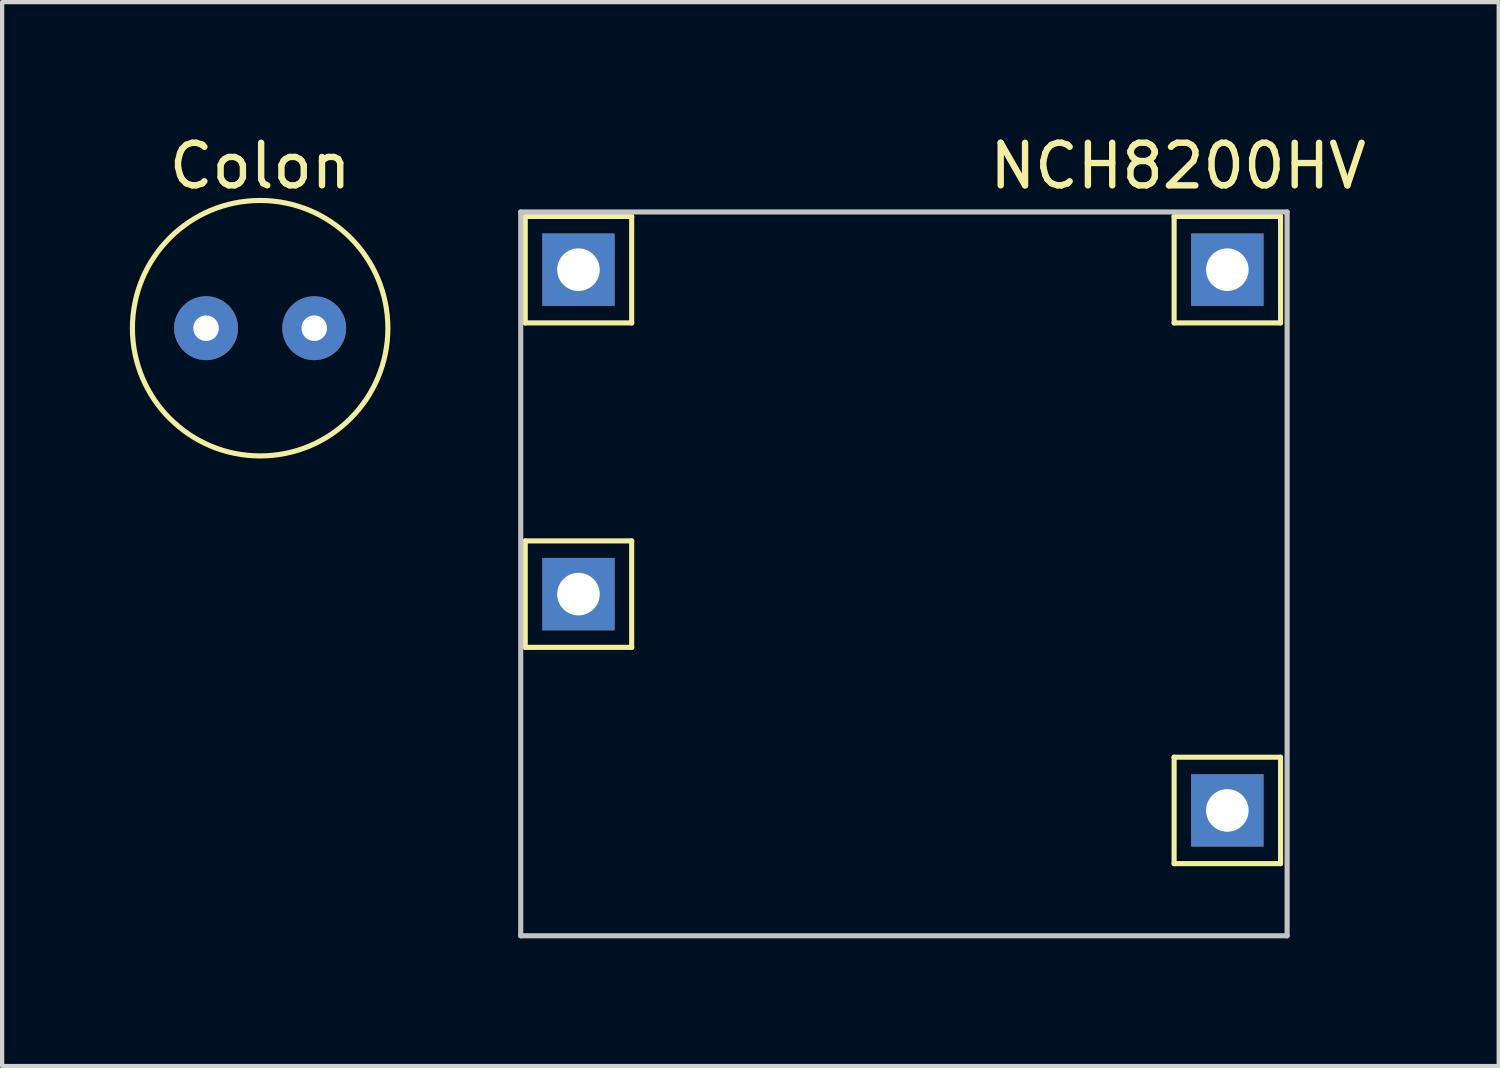
<source format=kicad_pcb>
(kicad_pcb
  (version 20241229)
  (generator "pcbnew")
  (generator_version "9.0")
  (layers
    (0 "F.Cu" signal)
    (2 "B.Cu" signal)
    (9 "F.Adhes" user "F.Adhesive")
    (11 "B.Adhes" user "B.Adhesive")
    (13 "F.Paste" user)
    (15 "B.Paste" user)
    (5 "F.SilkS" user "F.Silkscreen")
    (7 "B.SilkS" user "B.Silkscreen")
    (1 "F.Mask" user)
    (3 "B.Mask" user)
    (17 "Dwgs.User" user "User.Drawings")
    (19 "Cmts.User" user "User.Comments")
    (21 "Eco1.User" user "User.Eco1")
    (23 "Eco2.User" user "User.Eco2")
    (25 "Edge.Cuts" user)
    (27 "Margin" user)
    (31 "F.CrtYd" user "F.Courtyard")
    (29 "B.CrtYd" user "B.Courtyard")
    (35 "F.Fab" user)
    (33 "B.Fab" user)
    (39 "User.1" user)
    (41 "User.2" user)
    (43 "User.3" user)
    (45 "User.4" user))
  (footprint "Colon"
    (layer "F.Cu")
    (at 3.06 4.658)
    (property "Reference" "Colon" (at 0 -3.81 0) (layer "F.SilkS") (effects (font (size 1 1) (thickness 0.15))))
    (attr through_hole)
    (fp_circle (center 0 0) (end 3 0) (stroke (width 0.12) (type solid)) (fill no) (layer "F.SilkS"))
    (pad "1" thru_hole circle (at -1.27 0) (size 1.5 1.5) (drill 0.6) (layers "*.Cu" "*.Mask"))
    (pad "2" thru_hole circle (at 1.27 0) (size 1.5 1.5) (drill 0.6) (layers "*.Cu" "*.Mask")))
  (footprint "NCH8200HV"
    (layer "F.Cu")
    (at 18.22 8.248)
    (property "Reference" "NCH8200HV" (at 6.4 -7.4 0) (layer "F.SilkS") (effects (font (size 1 1) (thickness 0.15))))
    (attr through_hole)
    (fp_line (start -8.934 -6.214) (end -6.434 -6.214) (stroke (width 0.12) (type solid)) (layer "F.SilkS"))
    (fp_line (start -8.934 -3.714) (end -8.934 -6.214) (stroke (width 0.12) (type solid)) (layer "F.SilkS"))
    (fp_line (start -8.934 -3.714) (end -6.434 -3.714) (stroke (width 0.12) (type solid)) (layer "F.SilkS"))
    (fp_line (start -8.934 1.406) (end -6.434 1.406) (stroke (width 0.12) (type solid)) (layer "F.SilkS"))
    (fp_line (start -8.934 3.906) (end -8.934 1.406) (stroke (width 0.12) (type solid)) (layer "F.SilkS"))
    (fp_line (start -8.934 3.906) (end -6.434 3.906) (stroke (width 0.12) (type solid)) (layer "F.SilkS"))
    (fp_line (start -6.434 -3.714) (end -6.434 -6.214) (stroke (width 0.12) (type solid)) (layer "F.SilkS"))
    (fp_line (start -6.434 3.906) (end -6.434 1.406) (stroke (width 0.12) (type solid)) (layer "F.SilkS"))
    (fp_line (start 6.306 -6.214) (end 8.806 -6.214) (stroke (width 0.12) (type solid)) (layer "F.SilkS"))
    (fp_line (start 6.306 -3.714) (end 6.306 -6.214) (stroke (width 0.12) (type solid)) (layer "F.SilkS"))
    (fp_line (start 6.306 -3.714) (end 8.806 -3.714) (stroke (width 0.12) (type solid)) (layer "F.SilkS"))
    (fp_line (start 6.306 6.486) (end 8.806 6.486) (stroke (width 0.12) (type solid)) (layer "F.SilkS"))
    (fp_line (start 6.306 8.986) (end 6.306 6.486) (stroke (width 0.12) (type solid)) (layer "F.SilkS"))
    (fp_line (start 6.306 8.986) (end 8.806 8.986) (stroke (width 0.12) (type solid)) (layer "F.SilkS"))
    (fp_line (start 8.806 -3.714) (end 8.806 -6.214) (stroke (width 0.12) (type solid)) (layer "F.SilkS"))
    (fp_line (start 8.806 8.986) (end 8.806 6.486) (stroke (width 0.12) (type solid)) (layer "F.SilkS"))
    (fp_line (start -9.04 -6.32) (end -9.04 10.68) (stroke (width 0.12) (type solid)) (layer "Dwgs.User"))
    (fp_line (start -9.04 -6.32) (end 8.96 -6.32) (stroke (width 0.12) (type solid)) (layer "Dwgs.User"))
    (fp_line (start 8.96 10.68) (end -9.04 10.68) (stroke (width 0.12) (type solid)) (layer "Dwgs.User"))
    (fp_line (start 8.96 10.68) (end 8.96 -6.32) (stroke (width 0.12) (type solid)) (layer "Dwgs.User"))
    (pad "1" thru_hole rect (at -7.684 -4.964) (size 1.7 1.7) (drill 1) (layers "*.Cu" "*.Mask"))
    (pad "2" thru_hole rect (at 7.556 -4.964) (size 1.7 1.7) (drill 1) (layers "*.Cu" "*.Mask"))
    (pad "3" thru_hole rect (at -7.684 2.656) (size 1.7 1.7) (drill 1) (layers "*.Cu" "*.Mask"))
    (pad "3" thru_hole rect (at 7.556 7.736) (size 1.7 1.7) (drill 1) (layers "*.Cu" "*.Mask")))
  (gr_rect
    (start -3 -3)
    (end 32.15 21.988)
    (stroke (width 0.1) (type default))
    (fill no)
    (layer "Edge.Cuts")))
</source>
